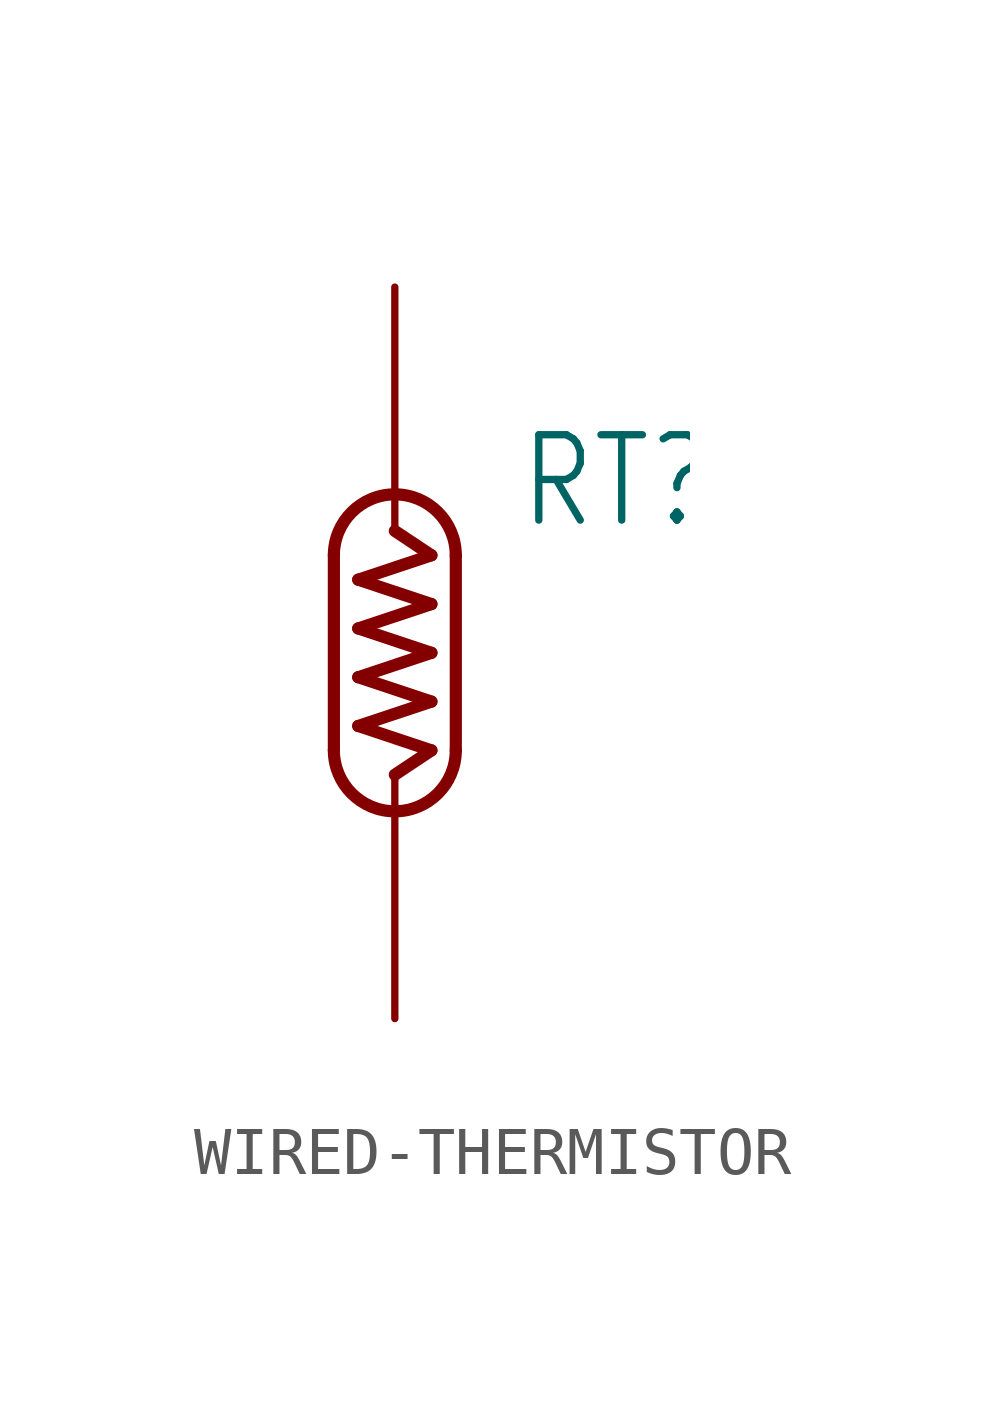
<source format=kicad_sym>
(kicad_symbol_lib
  (version 20231120)
  (generator "kicad_symbol_editor")
  (generator_version "8.0")
  (symbol "WIRED-THERMISTOR"
    (property "Reference" "RT"
      (at 2.54 2.54 0)
      (effects (font (size 1.778 1.511)) (justify left bottom)))
    (property "Value" ""
      (at 2.54 0 0)
      (effects (font (size 1.778 1.511)) (justify left bottom)))
    (property "ki_locked" ""
      (at 0 0 0)
      (effects (font (size 1.27 1.27))))
    (symbol "WIRED-THERMISTOR_1_0"
      (arc (start -1.27 -2.032) (mid 0 -3.302) (end 1.27 -2.032) (stroke (width 0.254) (type solid)) (fill (type none)))
      (polyline (pts (xy -1.27 2.032) (xy -1.27 -2.032)) (stroke (width 0.254) (type solid)) (fill (type none)))
      (polyline (pts (xy -0.762 -1.524) (xy 0.762 -2.032)) (stroke (width 0.254) (type solid)) (fill (type none)))
      (polyline (pts (xy -0.762 -0.508) (xy 0.762 -1.016)) (stroke (width 0.254) (type solid)) (fill (type none)))
      (polyline (pts (xy -0.762 0.508) (xy 0.762 0)) (stroke (width 0.254) (type solid)) (fill (type none)))
      (polyline (pts (xy -0.762 1.524) (xy 0.762 1.016)) (stroke (width 0.254) (type solid)) (fill (type none)))
      (polyline (pts (xy 0 2.54) (xy 0.762 2.032)) (stroke (width 0.254) (type solid)) (fill (type none)))
      (polyline (pts (xy 0.762 -2.032) (xy 0 -2.54)) (stroke (width 0.254) (type solid)) (fill (type none)))
      (polyline (pts (xy 0.762 -1.016) (xy -0.762 -1.524)) (stroke (width 0.254) (type solid)) (fill (type none)))
      (polyline (pts (xy 0.762 0) (xy -0.762 -0.508)) (stroke (width 0.254) (type solid)) (fill (type none)))
      (polyline (pts (xy 0.762 1.016) (xy -0.762 0.508)) (stroke (width 0.254) (type solid)) (fill (type none)))
      (polyline (pts (xy 0.762 2.032) (xy -0.762 1.524)) (stroke (width 0.254) (type solid)) (fill (type none)))
      (polyline (pts (xy 1.27 -2.032) (xy 1.27 2.032)) (stroke (width 0.254) (type solid)) (fill (type none)))
      (arc (start 1.27 2.032) (mid 0 3.302) (end -1.27 2.032) (stroke (width 0.254) (type solid)) (fill (type none)))
      (pin bidirectional line (at 0 7.62 270) (length 5.08) (name "1" (effects (font (size 0 0)))) (number "1" (effects (font (size 0 0)))))
      (pin bidirectional line (at 0 -7.62 90) (length 5.08) (name "2" (effects (font (size 0 0)))) (number "2" (effects (font (size 0 0))))))))
</source>
